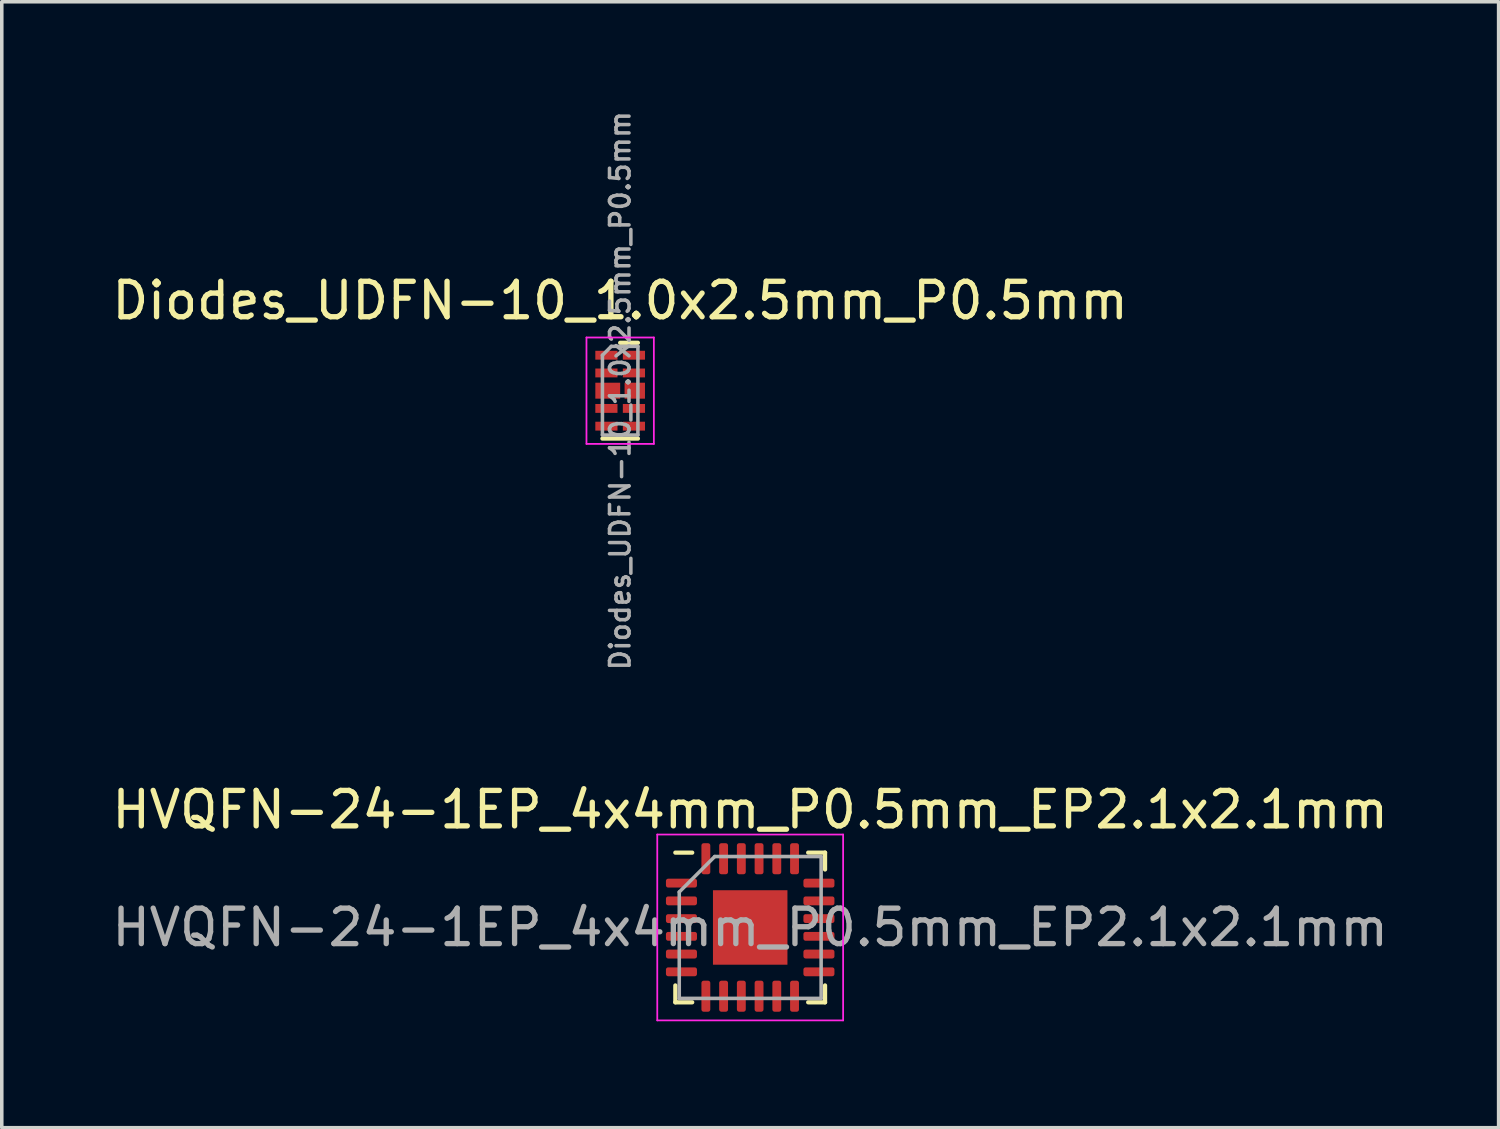
<source format=kicad_pcb>
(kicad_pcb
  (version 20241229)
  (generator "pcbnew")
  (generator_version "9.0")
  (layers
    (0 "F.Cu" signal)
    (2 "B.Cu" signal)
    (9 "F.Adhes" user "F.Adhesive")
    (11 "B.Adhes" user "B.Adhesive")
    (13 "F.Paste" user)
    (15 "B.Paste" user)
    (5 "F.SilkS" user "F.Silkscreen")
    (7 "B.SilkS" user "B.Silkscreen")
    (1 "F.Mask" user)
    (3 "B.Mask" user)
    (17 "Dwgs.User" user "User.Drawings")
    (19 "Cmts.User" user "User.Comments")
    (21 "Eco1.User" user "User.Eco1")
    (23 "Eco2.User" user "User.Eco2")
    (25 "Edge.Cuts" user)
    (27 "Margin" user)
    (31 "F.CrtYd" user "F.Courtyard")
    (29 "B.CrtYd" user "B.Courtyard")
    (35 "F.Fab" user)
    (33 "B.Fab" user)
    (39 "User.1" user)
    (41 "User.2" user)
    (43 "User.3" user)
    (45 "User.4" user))
  (footprint "HVQFN-24-1EP_4x4mm_P0.5mm_EP2.1x2.1mm"
    (layer "F.Cu")
    (at 18.101 23.099)
    (property "Reference" "HVQFN-24-1EP_4x4mm_P0.5mm_EP2.1x2.1mm" (at 0 -3.32 0) (layer "F.SilkS") (effects (font (size 1 1) (thickness 0.15))))
    (attr smd)
    (fp_line (start -2.11 2.11) (end -2.11 1.635) (stroke (width 0.12) (type solid)) (layer "F.SilkS"))
    (fp_line (start -1.635 -2.11) (end -2.11 -2.11) (stroke (width 0.12) (type solid)) (layer "F.SilkS"))
    (fp_line (start -1.635 2.11) (end -2.11 2.11) (stroke (width 0.12) (type solid)) (layer "F.SilkS"))
    (fp_line (start 1.635 -2.11) (end 2.11 -2.11) (stroke (width 0.12) (type solid)) (layer "F.SilkS"))
    (fp_line (start 1.635 2.11) (end 2.11 2.11) (stroke (width 0.12) (type solid)) (layer "F.SilkS"))
    (fp_line (start 2.11 -2.11) (end 2.11 -1.635) (stroke (width 0.12) (type solid)) (layer "F.SilkS"))
    (fp_line (start 2.11 2.11) (end 2.11 1.635) (stroke (width 0.12) (type solid)) (layer "F.SilkS"))
    (fp_line (start -2.62 -2.62) (end -2.62 2.62) (stroke (width 0.05) (type solid)) (layer "F.CrtYd"))
    (fp_line (start -2.62 2.62) (end 2.62 2.62) (stroke (width 0.05) (type solid)) (layer "F.CrtYd"))
    (fp_line (start 2.62 -2.62) (end -2.62 -2.62) (stroke (width 0.05) (type solid)) (layer "F.CrtYd"))
    (fp_line (start 2.62 2.62) (end 2.62 -2.62) (stroke (width 0.05) (type solid)) (layer "F.CrtYd"))
    (fp_line (start -2 -1) (end -1 -2) (stroke (width 0.1) (type solid)) (layer "F.Fab"))
    (fp_line (start -2 2) (end -2 -1) (stroke (width 0.1) (type solid)) (layer "F.Fab"))
    (fp_line (start -1 -2) (end 2 -2) (stroke (width 0.1) (type solid)) (layer "F.Fab"))
    (fp_line (start 2 -2) (end 2 2) (stroke (width 0.1) (type solid)) (layer "F.Fab"))
    (fp_line (start 2 2) (end -2 2) (stroke (width 0.1) (type solid)) (layer "F.Fab"))
    (fp_text user "${REFERENCE}" (at 0 0 0) (layer "F.Fab") (effects (font (size 1 1) (thickness 0.15))))
    (pad "" smd roundrect (at -0.7 -0.7) (size 0.56 0.56) (layers "F.Paste") (roundrect_rratio 0.25))
    (pad "" smd roundrect (at -0.7 0) (size 0.56 0.56) (layers "F.Paste") (roundrect_rratio 0.25))
    (pad "" smd roundrect (at -0.7 0.7) (size 0.56 0.56) (layers "F.Paste") (roundrect_rratio 0.25))
    (pad "" smd roundrect (at 0 -0.7) (size 0.56 0.56) (layers "F.Paste") (roundrect_rratio 0.25))
    (pad "" smd roundrect (at 0 0) (size 0.56 0.56) (layers "F.Paste") (roundrect_rratio 0.25))
    (pad "" smd roundrect (at 0 0.7) (size 0.56 0.56) (layers "F.Paste") (roundrect_rratio 0.25))
    (pad "" smd roundrect (at 0.7 -0.7) (size 0.56 0.56) (layers "F.Paste") (roundrect_rratio 0.25))
    (pad "" smd roundrect (at 0.7 0) (size 0.56 0.56) (layers "F.Paste") (roundrect_rratio 0.25))
    (pad "" smd roundrect (at 0.7 0.7) (size 0.56 0.56) (layers "F.Paste") (roundrect_rratio 0.25))
    (pad "1" smd roundrect (at -1.938 -1.25) (size 0.875 0.25) (layers "F.Cu" "F.Mask" "F.Paste") (roundrect_rratio 0.25))
    (pad "2" smd roundrect (at -1.938 -0.75) (size 0.875 0.25) (layers "F.Cu" "F.Mask" "F.Paste") (roundrect_rratio 0.25))
    (pad "3" smd roundrect (at -1.938 -0.25) (size 0.875 0.25) (layers "F.Cu" "F.Mask" "F.Paste") (roundrect_rratio 0.25))
    (pad "4" smd roundrect (at -1.938 0.25) (size 0.875 0.25) (layers "F.Cu" "F.Mask" "F.Paste") (roundrect_rratio 0.25))
    (pad "5" smd roundrect (at -1.938 0.75) (size 0.875 0.25) (layers "F.Cu" "F.Mask" "F.Paste") (roundrect_rratio 0.25))
    (pad "6" smd roundrect (at -1.938 1.25) (size 0.875 0.25) (layers "F.Cu" "F.Mask" "F.Paste") (roundrect_rratio 0.25))
    (pad "7" smd roundrect (at -1.25 1.938) (size 0.25 0.875) (layers "F.Cu" "F.Mask" "F.Paste") (roundrect_rratio 0.25))
    (pad "8" smd roundrect (at -0.75 1.938) (size 0.25 0.875) (layers "F.Cu" "F.Mask" "F.Paste") (roundrect_rratio 0.25))
    (pad "9" smd roundrect (at -0.25 1.938) (size 0.25 0.875) (layers "F.Cu" "F.Mask" "F.Paste") (roundrect_rratio 0.25))
    (pad "10" smd roundrect (at 0.25 1.938) (size 0.25 0.875) (layers "F.Cu" "F.Mask" "F.Paste") (roundrect_rratio 0.25))
    (pad "11" smd roundrect (at 0.75 1.938) (size 0.25 0.875) (layers "F.Cu" "F.Mask" "F.Paste") (roundrect_rratio 0.25))
    (pad "12" smd roundrect (at 1.25 1.938) (size 0.25 0.875) (layers "F.Cu" "F.Mask" "F.Paste") (roundrect_rratio 0.25))
    (pad "13" smd roundrect (at 1.938 1.25) (size 0.875 0.25) (layers "F.Cu" "F.Mask" "F.Paste") (roundrect_rratio 0.25))
    (pad "14" smd roundrect (at 1.938 0.75) (size 0.875 0.25) (layers "F.Cu" "F.Mask" "F.Paste") (roundrect_rratio 0.25))
    (pad "15" smd roundrect (at 1.938 0.25) (size 0.875 0.25) (layers "F.Cu" "F.Mask" "F.Paste") (roundrect_rratio 0.25))
    (pad "16" smd roundrect (at 1.938 -0.25) (size 0.875 0.25) (layers "F.Cu" "F.Mask" "F.Paste") (roundrect_rratio 0.25))
    (pad "17" smd roundrect (at 1.938 -0.75) (size 0.875 0.25) (layers "F.Cu" "F.Mask" "F.Paste") (roundrect_rratio 0.25))
    (pad "18" smd roundrect (at 1.938 -1.25) (size 0.875 0.25) (layers "F.Cu" "F.Mask" "F.Paste") (roundrect_rratio 0.25))
    (pad "19" smd roundrect (at 1.25 -1.938) (size 0.25 0.875) (layers "F.Cu" "F.Mask" "F.Paste") (roundrect_rratio 0.25))
    (pad "20" smd roundrect (at 0.75 -1.938) (size 0.25 0.875) (layers "F.Cu" "F.Mask" "F.Paste") (roundrect_rratio 0.25))
    (pad "21" smd roundrect (at 0.25 -1.938) (size 0.25 0.875) (layers "F.Cu" "F.Mask" "F.Paste") (roundrect_rratio 0.25))
    (pad "22" smd roundrect (at -0.25 -1.938) (size 0.25 0.875) (layers "F.Cu" "F.Mask" "F.Paste") (roundrect_rratio 0.25))
    (pad "23" smd roundrect (at -0.75 -1.938) (size 0.25 0.875) (layers "F.Cu" "F.Mask" "F.Paste") (roundrect_rratio 0.25))
    (pad "24" smd roundrect (at -1.25 -1.938) (size 0.25 0.875) (layers "F.Cu" "F.Mask" "F.Paste") (roundrect_rratio 0.25))
    (pad "25" smd rect (at 0 0) (size 2.1 2.1) (layers "F.Cu" "F.Mask")))
  (footprint "Diodes_UDFN-10_1.0x2.5mm_P0.5mm"
    (layer "F.Cu")
    (at 14.435 7.965)
    (property "Reference" "Diodes_UDFN-10_1.0x2.5mm_P0.5mm" (at 0 -2.54 0) (layer "F.SilkS") (effects (font (size 1 1) (thickness 0.15))))
    (attr smd)
    (fp_line (start 0.5 -1.35) (end 0 -1.35) (stroke (width 0.12) (type solid)) (layer "F.SilkS"))
    (fp_line (start 0.5 1.35) (end -0.5 1.35) (stroke (width 0.12) (type solid)) (layer "F.SilkS"))
    (fp_line (start -0.95 -1.5) (end 0.95 -1.5) (stroke (width 0.05) (type solid)) (layer "F.CrtYd"))
    (fp_line (start -0.95 1.5) (end -0.95 -1.5) (stroke (width 0.05) (type solid)) (layer "F.CrtYd"))
    (fp_line (start 0.95 -1.5) (end 0.95 1.5) (stroke (width 0.05) (type solid)) (layer "F.CrtYd"))
    (fp_line (start 0.95 1.5) (end -0.95 1.5) (stroke (width 0.05) (type solid)) (layer "F.CrtYd"))
    (fp_line (start -0.5 -1) (end -0.5 1.25) (stroke (width 0.1) (type solid)) (layer "F.Fab"))
    (fp_line (start -0.5 1.25) (end 0.5 1.25) (stroke (width 0.1) (type solid)) (layer "F.Fab"))
    (fp_line (start -0.25 -1.25) (end -0.5 -1) (stroke (width 0.1) (type solid)) (layer "F.Fab"))
    (fp_line (start 0.5 -1.25) (end -0.25 -1.25) (stroke (width 0.1) (type solid)) (layer "F.Fab"))
    (fp_line (start 0.5 -1.25) (end 0.5 1.25) (stroke (width 0.1) (type solid)) (layer "F.Fab"))
    (fp_text user "${REFERENCE}" (at 0 0 90) (layer "F.Fab") (effects (font (size 0.55 0.55) (thickness 0.1))))
    (pad "1" smd rect (at -0.388 -1 270) (size 0.25 0.625) (layers "F.Cu" "F.Mask" "F.Paste"))
    (pad "2" smd rect (at -0.388 -0.5 270) (size 0.25 0.625) (layers "F.Cu" "F.Mask" "F.Paste"))
    (pad "3" smd rect (at -0.35 0 270) (size 0.45 0.7) (layers "F.Cu" "F.Mask" "F.Paste"))
    (pad "4" smd rect (at -0.388 0.5 270) (size 0.25 0.625) (layers "F.Cu" "F.Mask" "F.Paste"))
    (pad "5" smd rect (at -0.388 1 270) (size 0.25 0.625) (layers "F.Cu" "F.Mask" "F.Paste"))
    (pad "6" smd rect (at 0.388 1 270) (size 0.25 0.625) (layers "F.Cu" "F.Mask" "F.Paste"))
    (pad "7" smd rect (at 0.388 0.5 270) (size 0.25 0.625) (layers "F.Cu" "F.Mask" "F.Paste"))
    (pad "8" smd rect (at 0.412 0 270) (size 0.45 0.575) (layers "F.Cu" "F.Mask" "F.Paste"))
    (pad "9" smd rect (at 0.388 -0.5 270) (size 0.25 0.625) (layers "F.Cu" "F.Mask" "F.Paste"))
    (pad "10" smd rect (at 0.388 -1 270) (size 0.25 0.625) (layers "F.Cu" "F.Mask" "F.Paste")))
  (gr_rect
    (start -3 -3)
    (end 39.202 28.744)
    (stroke (width 0.1) (type default))
    (fill no)
    (layer "Edge.Cuts")))
</source>
